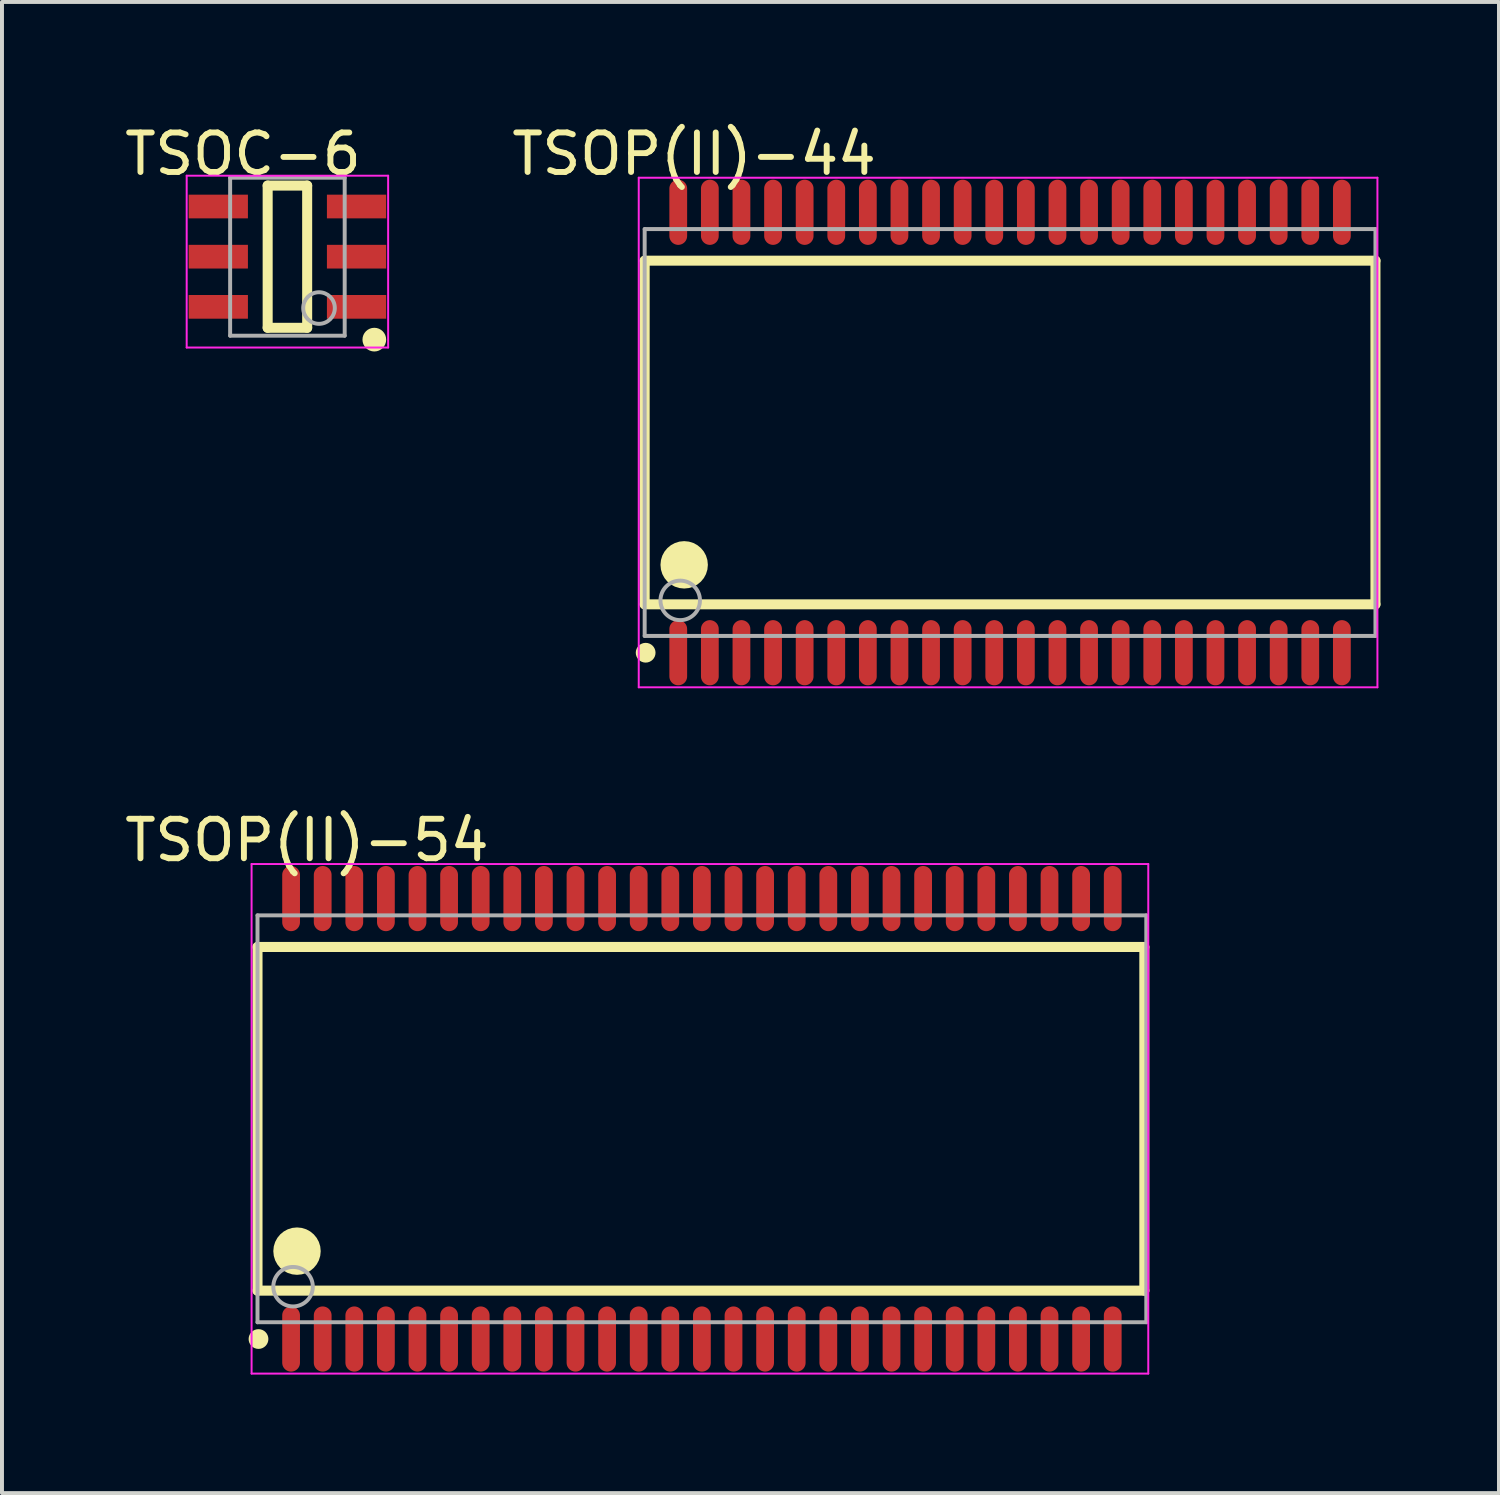
<source format=kicad_pcb>
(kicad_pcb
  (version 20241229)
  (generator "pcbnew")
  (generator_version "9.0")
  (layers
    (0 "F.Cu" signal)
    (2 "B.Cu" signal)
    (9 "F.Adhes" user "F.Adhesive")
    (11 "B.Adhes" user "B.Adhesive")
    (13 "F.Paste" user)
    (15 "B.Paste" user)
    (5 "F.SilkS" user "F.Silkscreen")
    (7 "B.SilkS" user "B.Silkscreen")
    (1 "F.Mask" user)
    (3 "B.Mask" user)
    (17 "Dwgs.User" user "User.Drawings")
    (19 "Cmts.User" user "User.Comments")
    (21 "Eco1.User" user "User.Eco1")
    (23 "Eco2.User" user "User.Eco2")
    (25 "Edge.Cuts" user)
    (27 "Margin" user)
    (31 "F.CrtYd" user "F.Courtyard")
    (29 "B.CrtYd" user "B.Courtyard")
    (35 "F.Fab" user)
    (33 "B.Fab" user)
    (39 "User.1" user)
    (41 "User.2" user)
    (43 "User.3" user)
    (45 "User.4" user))
  (footprint "TSOC-6"
    (layer "F.Cu")
    (at 4.226 3.448)
    (property "Reference" "TSOC-6" (at -1.125 -2.599 0) (layer "F.SilkS") (effects (font (size 1 1) (thickness 0.15))))
    (attr through_hole)
    (fp_line (start -0.5 -1.8) (end 0.5 -1.8) (stroke (width 0.254) (type solid)) (layer "F.SilkS"))
    (fp_line (start -0.5 1.8) (end -0.5 -1.8) (stroke (width 0.254) (type solid)) (layer "F.SilkS"))
    (fp_line (start -0.5 1.8) (end 0.5 1.8) (stroke (width 0.254) (type solid)) (layer "F.SilkS"))
    (fp_line (start 0.5 1.8) (end 0.5 -1.8) (stroke (width 0.254) (type solid)) (layer "F.SilkS"))
    (fp_circle (center 2.2 2.1) (end 2.35 2.1) (stroke (width 0.3) (type solid)) (fill no) (layer "F.SilkS"))
    (fp_line (start -2.55 -2.05) (end 2.55 -2.05) (stroke (width 0.05) (type solid)) (layer "F.CrtYd"))
    (fp_line (start -2.55 2.3) (end -2.55 -2.05) (stroke (width 0.05) (type solid)) (layer "F.CrtYd"))
    (fp_line (start 2.55 -2.05) (end 2.55 2.3) (stroke (width 0.05) (type solid)) (layer "F.CrtYd"))
    (fp_line (start 2.55 2.3) (end -2.55 2.3) (stroke (width 0.05) (type solid)) (layer "F.CrtYd"))
    (fp_line (start -1.45 -2) (end 1.45 -2) (stroke (width 0.1) (type solid)) (layer "F.Fab"))
    (fp_line (start -1.45 2) (end -1.45 -2) (stroke (width 0.1) (type solid)) (layer "F.Fab"))
    (fp_line (start -1.45 2) (end 1.45 2) (stroke (width 0.1) (type solid)) (layer "F.Fab"))
    (fp_line (start 1.45 2) (end 1.45 -2) (stroke (width 0.1) (type solid)) (layer "F.Fab"))
    (fp_circle (center 0.8 1.3) (end 1.2 1.3) (stroke (width 0.1) (type solid)) (fill no) (layer "F.Fab"))
    (pad "1" smd rect (at 1.75 1.27 270) (size 0.6 1.5) (layers "F.Cu" "F.Mask" "F.Paste"))
    (pad "2" smd rect (at 1.75 0 270) (size 0.6 1.5) (layers "F.Cu" "F.Mask" "F.Paste"))
    (pad "3" smd rect (at 1.75 -1.27 270) (size 0.6 1.5) (layers "F.Cu" "F.Mask" "F.Paste"))
    (pad "4" smd rect (at -1.75 -1.27 90) (size 0.6 1.5) (layers "F.Cu" "F.Mask" "F.Paste"))
    (pad "5" smd rect (at -1.75 0 90) (size 0.6 1.5) (layers "F.Cu" "F.Mask" "F.Paste"))
    (pad "6" smd rect (at -1.75 1.27 90) (size 0.6 1.5) (layers "F.Cu" "F.Mask" "F.Paste")))
  (footprint "TSOP(II)-44"
    (layer "F.Cu")
    (at 22.52 7.899)
    (property "Reference" "TSOP(II)-44" (at -7.999 -7.051 0) (layer "F.SilkS") (effects (font (size 1 1) (thickness 0.15))))
    (attr through_hole)
    (fp_line (start -9.25 -4.35) (end 9.25 -4.35) (stroke (width 0.254) (type solid)) (layer "F.SilkS"))
    (fp_line (start -9.25 4.35) (end -9.25 -4.35) (stroke (width 0.254) (type solid)) (layer "F.SilkS"))
    (fp_line (start -9.25 4.35) (end 9.25 4.35) (stroke (width 0.254) (type solid)) (layer "F.SilkS"))
    (fp_line (start 9.25 4.35) (end 9.25 -4.35) (stroke (width 0.254) (type solid)) (layer "F.SilkS"))
    (fp_circle (center -9.225 5.575) (end -9.1 5.575) (stroke (width 0.25) (type solid)) (fill no) (layer "F.SilkS"))
    (fp_circle (center -8.25 3.35) (end -7.95 3.35) (stroke (width 0.6) (type solid)) (fill no) (layer "F.SilkS"))
    (fp_line (start -9.4 -6.45) (end 9.3 -6.45) (stroke (width 0.05) (type solid)) (layer "F.CrtYd"))
    (fp_line (start -9.4 6.45) (end -9.4 -6.45) (stroke (width 0.05) (type solid)) (layer "F.CrtYd"))
    (fp_line (start 9.3 -6.45) (end 9.3 6.45) (stroke (width 0.05) (type solid)) (layer "F.CrtYd"))
    (fp_line (start 9.3 6.45) (end -9.4 6.45) (stroke (width 0.05) (type solid)) (layer "F.CrtYd"))
    (fp_line (start -9.25 -5.15) (end 9.25 -5.15) (stroke (width 0.1) (type solid)) (layer "F.Fab"))
    (fp_line (start -9.25 5.15) (end -9.25 -5.15) (stroke (width 0.1) (type solid)) (layer "F.Fab"))
    (fp_line (start -9.25 5.15) (end 9.25 5.15) (stroke (width 0.1) (type solid)) (layer "F.Fab"))
    (fp_line (start 9.25 5.15) (end 9.25 -5.15) (stroke (width 0.1) (type solid)) (layer "F.Fab"))
    (fp_circle (center -8.35 4.25) (end -7.85 4.25) (stroke (width 0.1) (type solid)) (fill no) (layer "F.Fab"))
    (pad "1" smd oval (at -8.4 5.575 180) (size 0.45 1.65) (layers "F.Cu" "F.Mask" "F.Paste"))
    (pad "2" smd oval (at -7.6 5.575 180) (size 0.45 1.65) (layers "F.Cu" "F.Mask" "F.Paste"))
    (pad "3" smd oval (at -6.8 5.575 180) (size 0.45 1.65) (layers "F.Cu" "F.Mask" "F.Paste"))
    (pad "4" smd oval (at -6 5.575 180) (size 0.45 1.65) (layers "F.Cu" "F.Mask" "F.Paste"))
    (pad "5" smd oval (at -5.2 5.575 180) (size 0.45 1.65) (layers "F.Cu" "F.Mask" "F.Paste"))
    (pad "6" smd oval (at -4.4 5.575 180) (size 0.45 1.65) (layers "F.Cu" "F.Mask" "F.Paste"))
    (pad "7" smd oval (at -3.6 5.575 180) (size 0.45 1.65) (layers "F.Cu" "F.Mask" "F.Paste"))
    (pad "8" smd oval (at -2.8 5.575 180) (size 0.45 1.65) (layers "F.Cu" "F.Mask" "F.Paste"))
    (pad "9" smd oval (at -2 5.575 180) (size 0.45 1.65) (layers "F.Cu" "F.Mask" "F.Paste"))
    (pad "10" smd oval (at -1.2 5.575 180) (size 0.45 1.65) (layers "F.Cu" "F.Mask" "F.Paste"))
    (pad "11" smd oval (at -0.4 5.575 180) (size 0.45 1.65) (layers "F.Cu" "F.Mask" "F.Paste"))
    (pad "12" smd oval (at 0.4 5.575 180) (size 0.45 1.65) (layers "F.Cu" "F.Mask" "F.Paste"))
    (pad "13" smd oval (at 1.2 5.575 180) (size 0.45 1.65) (layers "F.Cu" "F.Mask" "F.Paste"))
    (pad "14" smd oval (at 2 5.575 180) (size 0.45 1.65) (layers "F.Cu" "F.Mask" "F.Paste"))
    (pad "15" smd oval (at 2.8 5.575 180) (size 0.45 1.65) (layers "F.Cu" "F.Mask" "F.Paste"))
    (pad "16" smd oval (at 3.6 5.575 180) (size 0.45 1.65) (layers "F.Cu" "F.Mask" "F.Paste"))
    (pad "17" smd oval (at 4.4 5.575 180) (size 0.45 1.65) (layers "F.Cu" "F.Mask" "F.Paste"))
    (pad "18" smd oval (at 5.2 5.575 180) (size 0.45 1.65) (layers "F.Cu" "F.Mask" "F.Paste"))
    (pad "19" smd oval (at 6 5.575 180) (size 0.45 1.65) (layers "F.Cu" "F.Mask" "F.Paste"))
    (pad "20" smd oval (at 6.8 5.575 180) (size 0.45 1.65) (layers "F.Cu" "F.Mask" "F.Paste"))
    (pad "21" smd oval (at 7.6 5.575 180) (size 0.45 1.65) (layers "F.Cu" "F.Mask" "F.Paste"))
    (pad "22" smd oval (at 8.4 5.575 180) (size 0.45 1.65) (layers "F.Cu" "F.Mask" "F.Paste"))
    (pad "23" smd oval (at 8.4 -5.575 180) (size 0.45 1.65) (layers "F.Cu" "F.Mask" "F.Paste"))
    (pad "24" smd oval (at 7.6 -5.575 180) (size 0.45 1.65) (layers "F.Cu" "F.Mask" "F.Paste"))
    (pad "25" smd oval (at 6.8 -5.575 180) (size 0.45 1.65) (layers "F.Cu" "F.Mask" "F.Paste"))
    (pad "26" smd oval (at 6 -5.575 180) (size 0.45 1.65) (layers "F.Cu" "F.Mask" "F.Paste"))
    (pad "27" smd oval (at 5.2 -5.575 180) (size 0.45 1.65) (layers "F.Cu" "F.Mask" "F.Paste"))
    (pad "28" smd oval (at 4.4 -5.575 180) (size 0.45 1.65) (layers "F.Cu" "F.Mask" "F.Paste"))
    (pad "29" smd oval (at 3.6 -5.575 180) (size 0.45 1.65) (layers "F.Cu" "F.Mask" "F.Paste"))
    (pad "30" smd oval (at 2.8 -5.575 180) (size 0.45 1.65) (layers "F.Cu" "F.Mask" "F.Paste"))
    (pad "31" smd oval (at 2 -5.575 180) (size 0.45 1.65) (layers "F.Cu" "F.Mask" "F.Paste"))
    (pad "32" smd oval (at 1.2 -5.575 180) (size 0.45 1.65) (layers "F.Cu" "F.Mask" "F.Paste"))
    (pad "33" smd oval (at 0.4 -5.575 180) (size 0.45 1.65) (layers "F.Cu" "F.Mask" "F.Paste"))
    (pad "34" smd oval (at -0.4 -5.575 180) (size 0.45 1.65) (layers "F.Cu" "F.Mask" "F.Paste"))
    (pad "35" smd oval (at -1.2 -5.575 180) (size 0.45 1.65) (layers "F.Cu" "F.Mask" "F.Paste"))
    (pad "36" smd oval (at -2 -5.575 180) (size 0.45 1.65) (layers "F.Cu" "F.Mask" "F.Paste"))
    (pad "37" smd oval (at -2.8 -5.575 180) (size 0.45 1.65) (layers "F.Cu" "F.Mask" "F.Paste"))
    (pad "38" smd oval (at -3.6 -5.575 180) (size 0.45 1.65) (layers "F.Cu" "F.Mask" "F.Paste"))
    (pad "39" smd oval (at -4.4 -5.575 180) (size 0.45 1.65) (layers "F.Cu" "F.Mask" "F.Paste"))
    (pad "40" smd oval (at -5.2 -5.575 180) (size 0.45 1.65) (layers "F.Cu" "F.Mask" "F.Paste"))
    (pad "41" smd oval (at -6 -5.575 180) (size 0.45 1.65) (layers "F.Cu" "F.Mask" "F.Paste"))
    (pad "42" smd oval (at -6.8 -5.575 180) (size 0.45 1.65) (layers "F.Cu" "F.Mask" "F.Paste"))
    (pad "43" smd oval (at -7.6 -5.575 180) (size 0.45 1.65) (layers "F.Cu" "F.Mask" "F.Paste"))
    (pad "44" smd oval (at -8.4 -5.575 180) (size 0.45 1.65) (layers "F.Cu" "F.Mask" "F.Paste")))
  (footprint "TSOP(II)-54"
    (layer "F.Cu")
    (at 14.719 25.273)
    (property "Reference" "TSOP(II)-54" (at -9.999 -7.051 0) (layer "F.SilkS") (effects (font (size 1 1) (thickness 0.15))))
    (attr through_hole)
    (fp_line (start -11.25 -4.35) (end 11.2 -4.35) (stroke (width 0.254) (type solid)) (layer "F.SilkS"))
    (fp_line (start -11.25 4.35) (end -11.25 -4.35) (stroke (width 0.254) (type solid)) (layer "F.SilkS"))
    (fp_line (start -11.25 4.35) (end 11.2 4.35) (stroke (width 0.254) (type solid)) (layer "F.SilkS"))
    (fp_line (start 11.2 4.35) (end 11.2 -4.35) (stroke (width 0.254) (type solid)) (layer "F.SilkS"))
    (fp_circle (center -11.225 5.575) (end -11.1 5.575) (stroke (width 0.25) (type solid)) (fill no) (layer "F.SilkS"))
    (fp_circle (center -10.25 3.35) (end -9.95 3.35) (stroke (width 0.6) (type solid)) (fill no) (layer "F.SilkS"))
    (fp_line (start -11.4 -6.45) (end 11.3 -6.45) (stroke (width 0.05) (type solid)) (layer "F.CrtYd"))
    (fp_line (start -11.4 6.45) (end -11.4 -6.45) (stroke (width 0.05) (type solid)) (layer "F.CrtYd"))
    (fp_line (start 11.3 -6.45) (end 11.3 6.45) (stroke (width 0.05) (type solid)) (layer "F.CrtYd"))
    (fp_line (start 11.3 6.45) (end -11.4 6.45) (stroke (width 0.05) (type solid)) (layer "F.CrtYd"))
    (fp_line (start -11.25 -5.15) (end 11.25 -5.15) (stroke (width 0.1) (type solid)) (layer "F.Fab"))
    (fp_line (start -11.25 5.15) (end -11.25 -5.15) (stroke (width 0.1) (type solid)) (layer "F.Fab"))
    (fp_line (start -11.25 5.15) (end 11.25 5.15) (stroke (width 0.1) (type solid)) (layer "F.Fab"))
    (fp_line (start 11.25 5.15) (end 11.25 -5.15) (stroke (width 0.1) (type solid)) (layer "F.Fab"))
    (fp_circle (center -10.35 4.25) (end -9.85 4.25) (stroke (width 0.1) (type solid)) (fill no) (layer "F.Fab"))
    (pad "1" smd oval (at -10.4 5.575 180) (size 0.45 1.65) (layers "F.Cu" "F.Mask" "F.Paste"))
    (pad "2" smd oval (at -9.6 5.575 180) (size 0.45 1.65) (layers "F.Cu" "F.Mask" "F.Paste"))
    (pad "3" smd oval (at -8.8 5.575 180) (size 0.45 1.65) (layers "F.Cu" "F.Mask" "F.Paste"))
    (pad "4" smd oval (at -8 5.575 180) (size 0.45 1.65) (layers "F.Cu" "F.Mask" "F.Paste"))
    (pad "5" smd oval (at -7.2 5.575 180) (size 0.45 1.65) (layers "F.Cu" "F.Mask" "F.Paste"))
    (pad "6" smd oval (at -6.4 5.575 180) (size 0.45 1.65) (layers "F.Cu" "F.Mask" "F.Paste"))
    (pad "7" smd oval (at -5.6 5.575 180) (size 0.45 1.65) (layers "F.Cu" "F.Mask" "F.Paste"))
    (pad "8" smd oval (at -4.8 5.575 180) (size 0.45 1.65) (layers "F.Cu" "F.Mask" "F.Paste"))
    (pad "9" smd oval (at -4 5.575 180) (size 0.45 1.65) (layers "F.Cu" "F.Mask" "F.Paste"))
    (pad "10" smd oval (at -3.2 5.575 180) (size 0.45 1.65) (layers "F.Cu" "F.Mask" "F.Paste"))
    (pad "11" smd oval (at -2.4 5.575 180) (size 0.45 1.65) (layers "F.Cu" "F.Mask" "F.Paste"))
    (pad "12" smd oval (at -1.6 5.575 180) (size 0.45 1.65) (layers "F.Cu" "F.Mask" "F.Paste"))
    (pad "13" smd oval (at -0.8 5.575 180) (size 0.45 1.65) (layers "F.Cu" "F.Mask" "F.Paste"))
    (pad "14" smd oval (at 0 5.575 180) (size 0.45 1.65) (layers "F.Cu" "F.Mask" "F.Paste"))
    (pad "15" smd oval (at 0.8 5.575 180) (size 0.45 1.65) (layers "F.Cu" "F.Mask" "F.Paste"))
    (pad "16" smd oval (at 1.6 5.575 180) (size 0.45 1.65) (layers "F.Cu" "F.Mask" "F.Paste"))
    (pad "17" smd oval (at 2.4 5.575 180) (size 0.45 1.65) (layers "F.Cu" "F.Mask" "F.Paste"))
    (pad "18" smd oval (at 3.2 5.575 180) (size 0.45 1.65) (layers "F.Cu" "F.Mask" "F.Paste"))
    (pad "19" smd oval (at 4 5.575 180) (size 0.45 1.65) (layers "F.Cu" "F.Mask" "F.Paste"))
    (pad "20" smd oval (at 4.8 5.575 180) (size 0.45 1.65) (layers "F.Cu" "F.Mask" "F.Paste"))
    (pad "21" smd oval (at 5.6 5.575 180) (size 0.45 1.65) (layers "F.Cu" "F.Mask" "F.Paste"))
    (pad "22" smd oval (at 6.4 5.575 180) (size 0.45 1.65) (layers "F.Cu" "F.Mask" "F.Paste"))
    (pad "23" smd oval (at 7.2 5.575) (size 0.45 1.65) (layers "F.Cu" "F.Mask" "F.Paste"))
    (pad "24" smd oval (at 8 5.575) (size 0.45 1.65) (layers "F.Cu" "F.Mask" "F.Paste"))
    (pad "25" smd oval (at 8.8 5.575) (size 0.45 1.65) (layers "F.Cu" "F.Mask" "F.Paste"))
    (pad "26" smd oval (at 9.6 5.575) (size 0.45 1.65) (layers "F.Cu" "F.Mask" "F.Paste"))
    (pad "27" smd oval (at 10.4 5.575) (size 0.45 1.65) (layers "F.Cu" "F.Mask" "F.Paste"))
    (pad "28" smd oval (at 10.4 -5.575) (size 0.45 1.65) (layers "F.Cu" "F.Mask" "F.Paste"))
    (pad "29" smd oval (at 9.6 -5.575) (size 0.45 1.65) (layers "F.Cu" "F.Mask" "F.Paste"))
    (pad "30" smd oval (at 8.8 -5.575) (size 0.45 1.65) (layers "F.Cu" "F.Mask" "F.Paste"))
    (pad "31" smd oval (at 8 -5.575) (size 0.45 1.65) (layers "F.Cu" "F.Mask" "F.Paste"))
    (pad "32" smd oval (at 7.2 -5.575) (size 0.45 1.65) (layers "F.Cu" "F.Mask" "F.Paste"))
    (pad "33" smd oval (at 6.4 -5.575) (size 0.45 1.65) (layers "F.Cu" "F.Mask" "F.Paste"))
    (pad "34" smd oval (at 5.6 -5.575) (size 0.45 1.65) (layers "F.Cu" "F.Mask" "F.Paste"))
    (pad "35" smd oval (at 4.8 -5.575) (size 0.45 1.65) (layers "F.Cu" "F.Mask" "F.Paste"))
    (pad "36" smd oval (at 4 -5.575) (size 0.45 1.65) (layers "F.Cu" "F.Mask" "F.Paste"))
    (pad "37" smd oval (at 3.2 -5.575) (size 0.45 1.65) (layers "F.Cu" "F.Mask" "F.Paste"))
    (pad "38" smd oval (at 2.4 -5.575) (size 0.45 1.65) (layers "F.Cu" "F.Mask" "F.Paste"))
    (pad "39" smd oval (at 1.6 -5.575) (size 0.45 1.65) (layers "F.Cu" "F.Mask" "F.Paste"))
    (pad "40" smd oval (at 0.8 -5.575) (size 0.45 1.65) (layers "F.Cu" "F.Mask" "F.Paste"))
    (pad "41" smd oval (at 0 -5.575) (size 0.45 1.65) (layers "F.Cu" "F.Mask" "F.Paste"))
    (pad "42" smd oval (at -0.8 -5.575) (size 0.45 1.65) (layers "F.Cu" "F.Mask" "F.Paste"))
    (pad "43" smd oval (at -1.6 -5.575) (size 0.45 1.65) (layers "F.Cu" "F.Mask" "F.Paste"))
    (pad "44" smd oval (at -2.4 -5.575) (size 0.45 1.65) (layers "F.Cu" "F.Mask" "F.Paste"))
    (pad "45" smd oval (at -3.2 -5.575) (size 0.45 1.65) (layers "F.Cu" "F.Mask" "F.Paste"))
    (pad "46" smd oval (at -4 -5.575) (size 0.45 1.65) (layers "F.Cu" "F.Mask" "F.Paste"))
    (pad "47" smd oval (at -4.8 -5.575) (size 0.45 1.65) (layers "F.Cu" "F.Mask" "F.Paste"))
    (pad "48" smd oval (at -5.6 -5.575) (size 0.45 1.65) (layers "F.Cu" "F.Mask" "F.Paste"))
    (pad "49" smd oval (at -6.4 -5.575) (size 0.45 1.65) (layers "F.Cu" "F.Mask" "F.Paste"))
    (pad "50" smd oval (at -7.2 -5.575) (size 0.45 1.65) (layers "F.Cu" "F.Mask" "F.Paste"))
    (pad "51" smd oval (at -8 -5.575) (size 0.45 1.65) (layers "F.Cu" "F.Mask" "F.Paste"))
    (pad "52" smd oval (at -8.8 -5.575) (size 0.45 1.65) (layers "F.Cu" "F.Mask" "F.Paste"))
    (pad "53" smd oval (at -9.6 -5.575) (size 0.45 1.65) (layers "F.Cu" "F.Mask" "F.Paste"))
    (pad "54" smd oval (at -10.4 -5.575 180) (size 0.45 1.65) (layers "F.Cu" "F.Mask" "F.Paste")))
  (gr_rect
    (start -3 -3)
    (end 34.897 34.748)
    (stroke (width 0.1) (type default))
    (fill no)
    (layer "Edge.Cuts")))
</source>
